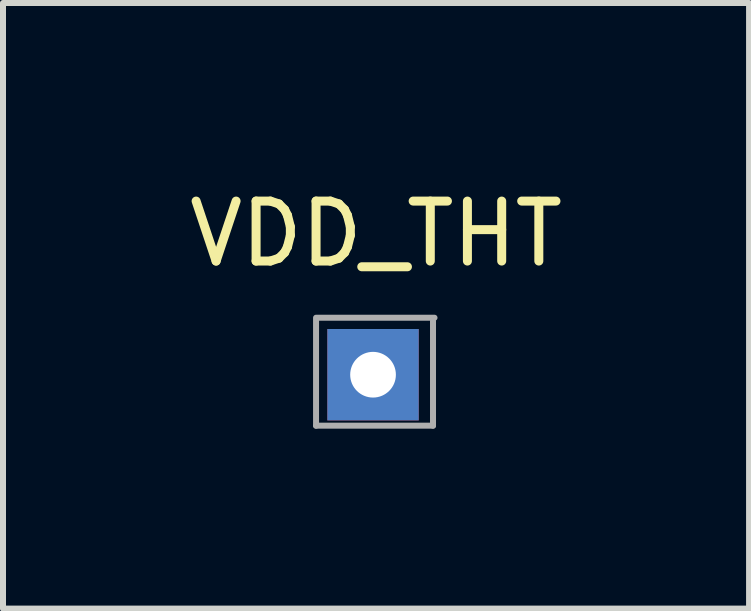
<source format=kicad_pcb>
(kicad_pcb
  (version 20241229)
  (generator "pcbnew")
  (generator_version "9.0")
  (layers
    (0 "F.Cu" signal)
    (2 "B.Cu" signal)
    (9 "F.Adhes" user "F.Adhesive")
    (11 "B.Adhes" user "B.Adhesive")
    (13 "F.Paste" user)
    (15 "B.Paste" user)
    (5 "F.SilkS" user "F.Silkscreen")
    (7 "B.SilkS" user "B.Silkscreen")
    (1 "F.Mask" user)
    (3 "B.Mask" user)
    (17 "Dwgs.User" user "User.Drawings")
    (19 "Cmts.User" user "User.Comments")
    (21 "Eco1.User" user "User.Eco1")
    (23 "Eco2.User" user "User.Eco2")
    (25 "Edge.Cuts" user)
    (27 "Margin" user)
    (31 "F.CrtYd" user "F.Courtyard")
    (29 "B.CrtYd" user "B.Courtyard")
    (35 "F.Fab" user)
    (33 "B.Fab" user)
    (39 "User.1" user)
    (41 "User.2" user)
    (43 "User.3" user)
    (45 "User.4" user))
  (footprint "VDD_THT"
    (layer "F.Cu")
    (at 3.17 3.098)
    (property "Reference" "VDD_THT" (at 0.05 -2.25 0) (unlocked yes) (layer "F.SilkS") (effects (font (size 1 1) (thickness 0.15))))
    (attr through_hole)
    (fp_line (start -0.95 0.95) (end -0.95 -0.85) (stroke (width 0.1) (type solid)) (layer "F.Fab"))
    (fp_line (start 1 -0.8) (end 1 0.95) (stroke (width 0.1) (type solid)) (layer "F.Fab"))
    (fp_line (start 1 0.95) (end -0.95 0.95) (stroke (width 0.1) (type solid)) (layer "F.Fab"))
    (fp_line (start 1.025 -0.85) (end -0.925 -0.85) (stroke (width 0.1) (type solid)) (layer "F.Fab"))
    (pad "1" thru_hole rect (at 0 0.1) (size 1.524 1.524) (drill 0.762) (layers "*.Cu" "*.Mask")))
  (gr_rect
    (start -3 -3)
    (end 9.44 7.098)
    (stroke (width 0.1) (type default))
    (fill no)
    (layer "Edge.Cuts")))
</source>
